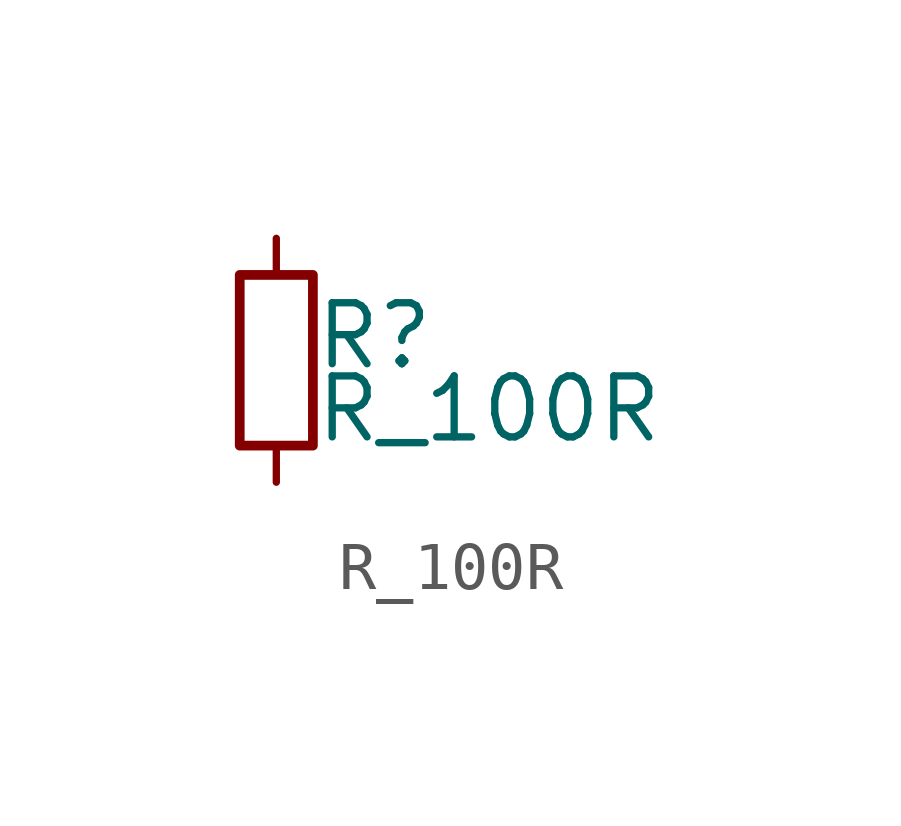
<source format=kicad_sym>
(kicad_symbol_lib
  (version 20231120)
  (generator "kicad_symbol_editor")
  (generator_version "8.0")
  (symbol "R_100R"
    (pin_numbers hide)
    (pin_names
      (offset 0.254) hide)
    (property "Reference" "R"
      (at 0.762 0.508 0)
      (effects (font (size 1.27 1.27)) (justify left)))
    (property "Value" "R_100R"
      (at 0.762 -1.016 0)
      (effects (font (size 1.27 1.27)) (justify left)))
    (symbol "R_100R_0_1"
      (rectangle (start -0.762 1.778) (end 0.762 -1.778) (stroke (width 0.203) (type default)) (fill (type none))))
    (symbol "R_100R_1_1"
      (pin passive line (at 0 2.54 270) (length 0.762) (name "~" (effects (font (size 1.27 1.27)))) (number "1" (effects (font (size 1.27 1.27)))))
      (pin passive line (at 0 -2.54 90) (length 0.762) (name "~" (effects (font (size 1.27 1.27)))) (number "2" (effects (font (size 1.27 1.27))))))))
</source>
